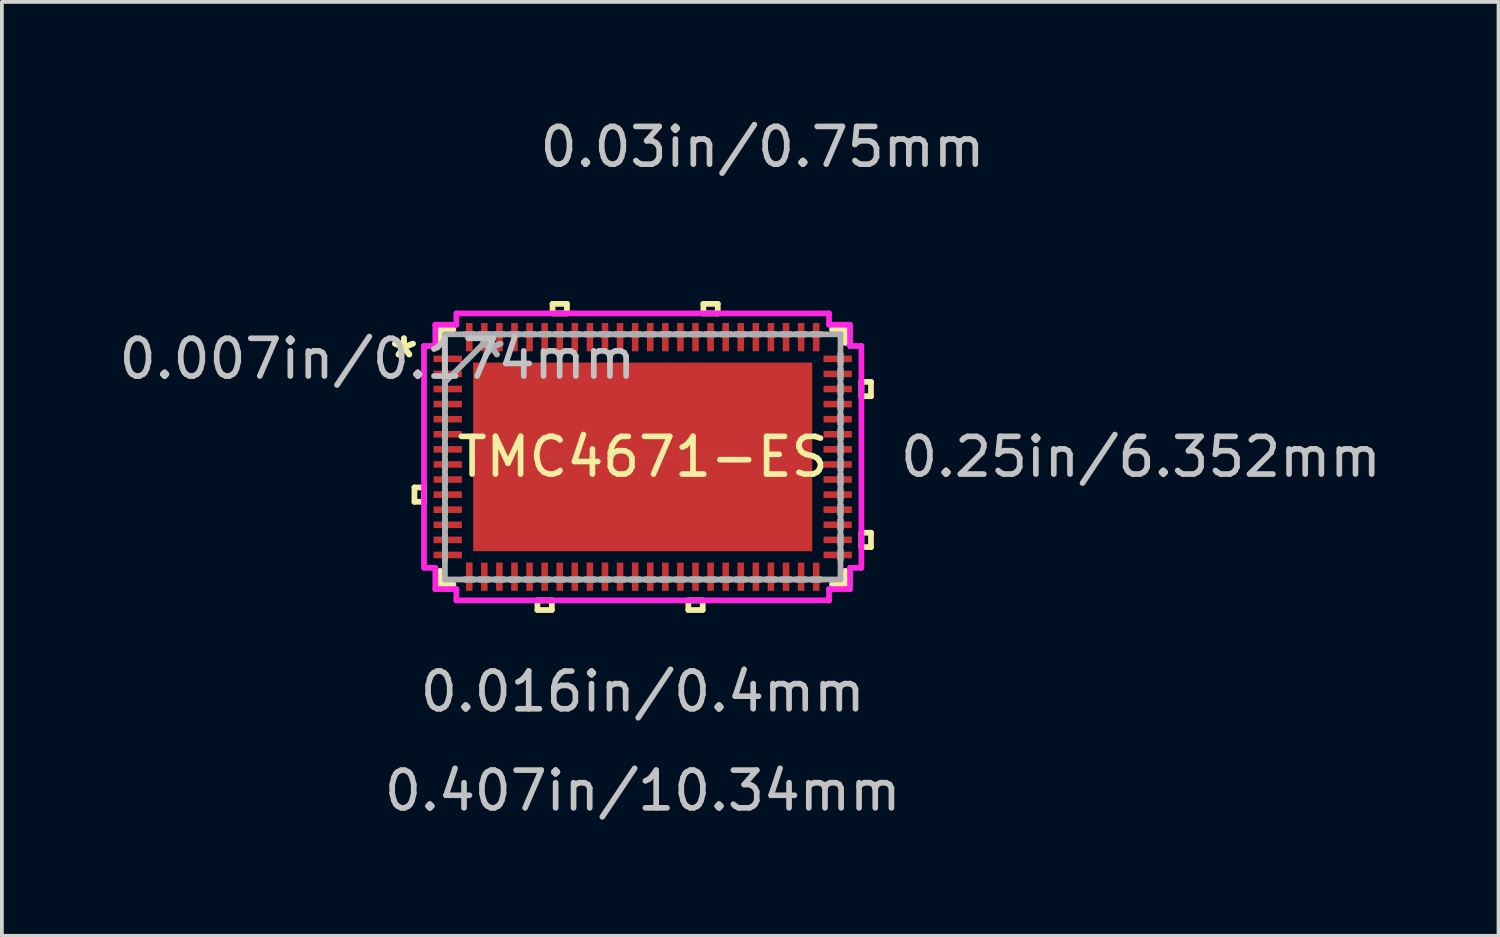
<source format=kicad_pcb>
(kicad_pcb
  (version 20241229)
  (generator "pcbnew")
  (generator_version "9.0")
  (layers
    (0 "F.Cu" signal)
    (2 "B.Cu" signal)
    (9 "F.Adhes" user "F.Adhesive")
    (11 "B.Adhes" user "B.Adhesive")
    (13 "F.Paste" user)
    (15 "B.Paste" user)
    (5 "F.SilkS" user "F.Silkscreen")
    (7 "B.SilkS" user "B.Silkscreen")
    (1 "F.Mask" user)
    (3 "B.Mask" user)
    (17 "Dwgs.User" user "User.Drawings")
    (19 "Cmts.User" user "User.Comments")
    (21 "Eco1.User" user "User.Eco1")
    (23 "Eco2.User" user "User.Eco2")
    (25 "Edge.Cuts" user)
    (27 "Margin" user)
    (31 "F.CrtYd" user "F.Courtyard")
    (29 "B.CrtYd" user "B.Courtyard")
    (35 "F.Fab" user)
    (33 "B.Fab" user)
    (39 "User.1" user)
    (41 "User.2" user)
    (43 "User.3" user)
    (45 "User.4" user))
  (footprint "TMC4671-ES"
    (layer "F.Cu")
    (at 13.993 9.066)
    (property "Reference" "TMC4671-ES" (at 0 0 0) (layer "F.SilkS") (effects (font (size 1 1) (thickness 0.15))))
    (attr through_hole)
    (fp_line (start -6.053 0.81) (end -6.053 1.191) (stroke (width 0.152) (type solid)) (layer "F.SilkS"))
    (fp_line (start -6.053 1.191) (end -5.799 1.191) (stroke (width 0.152) (type solid)) (layer "F.SilkS"))
    (fp_line (start -5.799 0.81) (end -6.053 0.81) (stroke (width 0.152) (type solid)) (layer "F.SilkS"))
    (fp_line (start -5.799 1.191) (end -5.799 0.81) (stroke (width 0.152) (type solid)) (layer "F.SilkS"))
    (fp_line (start -5.372 -3.378) (end -5.372 -3.02) (stroke (width 0.152) (type solid)) (layer "F.SilkS"))
    (fp_line (start -5.372 3.02) (end -5.372 3.378) (stroke (width 0.152) (type solid)) (layer "F.SilkS"))
    (fp_line (start -5.372 3.378) (end -5.02 3.378) (stroke (width 0.152) (type solid)) (layer "F.SilkS"))
    (fp_line (start -5.02 -3.378) (end -5.372 -3.378) (stroke (width 0.152) (type solid)) (layer "F.SilkS"))
    (fp_line (start -2.791 3.805) (end -2.791 4.059) (stroke (width 0.152) (type solid)) (layer "F.SilkS"))
    (fp_line (start -2.791 4.059) (end -2.409 4.059) (stroke (width 0.152) (type solid)) (layer "F.SilkS"))
    (fp_line (start -2.409 3.805) (end -2.791 3.805) (stroke (width 0.152) (type solid)) (layer "F.SilkS"))
    (fp_line (start -2.409 4.059) (end -2.409 3.805) (stroke (width 0.152) (type solid)) (layer "F.SilkS"))
    (fp_line (start -2.391 -4.059) (end -2.01 -4.059) (stroke (width 0.152) (type solid)) (layer "F.SilkS"))
    (fp_line (start -2.391 -3.805) (end -2.391 -4.059) (stroke (width 0.152) (type solid)) (layer "F.SilkS"))
    (fp_line (start -2.01 -4.059) (end -2.01 -3.805) (stroke (width 0.152) (type solid)) (layer "F.SilkS"))
    (fp_line (start -2.01 -3.805) (end -2.391 -3.805) (stroke (width 0.152) (type solid)) (layer "F.SilkS"))
    (fp_line (start 1.21 3.805) (end 1.21 4.059) (stroke (width 0.152) (type solid)) (layer "F.SilkS"))
    (fp_line (start 1.21 4.059) (end 1.591 4.059) (stroke (width 0.152) (type solid)) (layer "F.SilkS"))
    (fp_line (start 1.591 3.805) (end 1.21 3.805) (stroke (width 0.152) (type solid)) (layer "F.SilkS"))
    (fp_line (start 1.591 4.059) (end 1.591 3.805) (stroke (width 0.152) (type solid)) (layer "F.SilkS"))
    (fp_line (start 1.609 -4.059) (end 1.99 -4.059) (stroke (width 0.152) (type solid)) (layer "F.SilkS"))
    (fp_line (start 1.609 -3.805) (end 1.609 -4.059) (stroke (width 0.152) (type solid)) (layer "F.SilkS"))
    (fp_line (start 1.99 -4.059) (end 1.99 -3.805) (stroke (width 0.152) (type solid)) (layer "F.SilkS"))
    (fp_line (start 1.99 -3.805) (end 1.609 -3.805) (stroke (width 0.152) (type solid)) (layer "F.SilkS"))
    (fp_line (start 5.02 3.378) (end 5.372 3.378) (stroke (width 0.152) (type solid)) (layer "F.SilkS"))
    (fp_line (start 5.372 -3.378) (end 5.02 -3.378) (stroke (width 0.152) (type solid)) (layer "F.SilkS"))
    (fp_line (start 5.372 -3.02) (end 5.372 -3.378) (stroke (width 0.152) (type solid)) (layer "F.SilkS"))
    (fp_line (start 5.372 3.378) (end 5.372 3.02) (stroke (width 0.152) (type solid)) (layer "F.SilkS"))
    (fp_line (start 5.799 -1.99) (end 6.053 -1.99) (stroke (width 0.152) (type solid)) (layer "F.SilkS"))
    (fp_line (start 5.799 -1.609) (end 5.799 -1.99) (stroke (width 0.152) (type solid)) (layer "F.SilkS"))
    (fp_line (start 5.799 2.01) (end 6.053 2.01) (stroke (width 0.152) (type solid)) (layer "F.SilkS"))
    (fp_line (start 5.799 2.391) (end 5.799 2.01) (stroke (width 0.152) (type solid)) (layer "F.SilkS"))
    (fp_line (start 6.053 -1.99) (end 6.053 -1.609) (stroke (width 0.152) (type solid)) (layer "F.SilkS"))
    (fp_line (start 6.053 -1.609) (end 5.799 -1.609) (stroke (width 0.152) (type solid)) (layer "F.SilkS"))
    (fp_line (start 6.053 2.01) (end 6.053 2.391) (stroke (width 0.152) (type solid)) (layer "F.SilkS"))
    (fp_line (start 6.053 2.391) (end 5.799 2.391) (stroke (width 0.152) (type solid)) (layer "F.SilkS"))
    (fp_line (start -5.799 -2.941) (end -5.499 -2.941) (stroke (width 0.152) (type solid)) (layer "F.CrtYd"))
    (fp_line (start -5.799 2.941) (end -5.799 -2.941) (stroke (width 0.152) (type solid)) (layer "F.CrtYd"))
    (fp_line (start -5.499 -3.505) (end -4.941 -3.505) (stroke (width 0.152) (type solid)) (layer "F.CrtYd"))
    (fp_line (start -5.499 -2.941) (end -5.499 -3.505) (stroke (width 0.152) (type solid)) (layer "F.CrtYd"))
    (fp_line (start -5.499 2.941) (end -5.799 2.941) (stroke (width 0.152) (type solid)) (layer "F.CrtYd"))
    (fp_line (start -5.499 3.505) (end -5.499 2.941) (stroke (width 0.152) (type solid)) (layer "F.CrtYd"))
    (fp_line (start -4.941 -3.805) (end 4.941 -3.805) (stroke (width 0.152) (type solid)) (layer "F.CrtYd"))
    (fp_line (start -4.941 -3.505) (end -4.941 -3.805) (stroke (width 0.152) (type solid)) (layer "F.CrtYd"))
    (fp_line (start -4.941 3.505) (end -5.499 3.505) (stroke (width 0.152) (type solid)) (layer "F.CrtYd"))
    (fp_line (start -4.941 3.805) (end -4.941 3.505) (stroke (width 0.152) (type solid)) (layer "F.CrtYd"))
    (fp_line (start 4.941 -3.805) (end 4.941 -3.505) (stroke (width 0.152) (type solid)) (layer "F.CrtYd"))
    (fp_line (start 4.941 -3.505) (end 5.499 -3.505) (stroke (width 0.152) (type solid)) (layer "F.CrtYd"))
    (fp_line (start 4.941 3.505) (end 4.941 3.805) (stroke (width 0.152) (type solid)) (layer "F.CrtYd"))
    (fp_line (start 4.941 3.805) (end -4.941 3.805) (stroke (width 0.152) (type solid)) (layer "F.CrtYd"))
    (fp_line (start 5.499 -3.505) (end 5.499 -2.941) (stroke (width 0.152) (type solid)) (layer "F.CrtYd"))
    (fp_line (start 5.499 -2.941) (end 5.799 -2.941) (stroke (width 0.152) (type solid)) (layer "F.CrtYd"))
    (fp_line (start 5.499 2.941) (end 5.499 3.505) (stroke (width 0.152) (type solid)) (layer "F.CrtYd"))
    (fp_line (start 5.499 3.505) (end 4.941 3.505) (stroke (width 0.152) (type solid)) (layer "F.CrtYd"))
    (fp_line (start 5.799 -2.941) (end 5.799 2.941) (stroke (width 0.152) (type solid)) (layer "F.CrtYd"))
    (fp_line (start 5.799 2.941) (end 5.499 2.941) (stroke (width 0.152) (type solid)) (layer "F.CrtYd"))
    (fp_line (start -5.245 -3.251) (end -5.245 3.251) (stroke (width 0.152) (type solid)) (layer "F.Fab"))
    (fp_line (start -5.245 -2.727) (end -5.245 -2.727) (stroke (width 0.152) (type solid)) (layer "F.Fab"))
    (fp_line (start -5.245 -2.727) (end -5.245 -2.473) (stroke (width 0.152) (type solid)) (layer "F.Fab"))
    (fp_line (start -5.245 -2.473) (end -5.245 -2.727) (stroke (width 0.152) (type solid)) (layer "F.Fab"))
    (fp_line (start -5.245 -2.473) (end -5.245 -2.473) (stroke (width 0.152) (type solid)) (layer "F.Fab"))
    (fp_line (start -5.245 -2.327) (end -5.245 -2.327) (stroke (width 0.152) (type solid)) (layer "F.Fab"))
    (fp_line (start -5.245 -2.327) (end -5.245 -2.073) (stroke (width 0.152) (type solid)) (layer "F.Fab"))
    (fp_line (start -5.245 -2.073) (end -5.245 -2.327) (stroke (width 0.152) (type solid)) (layer "F.Fab"))
    (fp_line (start -5.245 -2.073) (end -5.245 -2.073) (stroke (width 0.152) (type solid)) (layer "F.Fab"))
    (fp_line (start -5.245 -1.981) (end -3.975 -3.251) (stroke (width 0.152) (type solid)) (layer "F.Fab"))
    (fp_line (start -5.245 -1.927) (end -5.245 -1.927) (stroke (width 0.152) (type solid)) (layer "F.Fab"))
    (fp_line (start -5.245 -1.927) (end -5.245 -1.673) (stroke (width 0.152) (type solid)) (layer "F.Fab"))
    (fp_line (start -5.245 -1.673) (end -5.245 -1.927) (stroke (width 0.152) (type solid)) (layer "F.Fab"))
    (fp_line (start -5.245 -1.673) (end -5.245 -1.673) (stroke (width 0.152) (type solid)) (layer "F.Fab"))
    (fp_line (start -5.245 -1.527) (end -5.245 -1.527) (stroke (width 0.152) (type solid)) (layer "F.Fab"))
    (fp_line (start -5.245 -1.527) (end -5.245 -1.273) (stroke (width 0.152) (type solid)) (layer "F.Fab"))
    (fp_line (start -5.245 -1.273) (end -5.245 -1.527) (stroke (width 0.152) (type solid)) (layer "F.Fab"))
    (fp_line (start -5.245 -1.273) (end -5.245 -1.273) (stroke (width 0.152) (type solid)) (layer "F.Fab"))
    (fp_line (start -5.245 -1.127) (end -5.245 -1.127) (stroke (width 0.152) (type solid)) (layer "F.Fab"))
    (fp_line (start -5.245 -1.127) (end -5.245 -0.873) (stroke (width 0.152) (type solid)) (layer "F.Fab"))
    (fp_line (start -5.245 -0.873) (end -5.245 -1.127) (stroke (width 0.152) (type solid)) (layer "F.Fab"))
    (fp_line (start -5.245 -0.873) (end -5.245 -0.873) (stroke (width 0.152) (type solid)) (layer "F.Fab"))
    (fp_line (start -5.245 -0.727) (end -5.245 -0.727) (stroke (width 0.152) (type solid)) (layer "F.Fab"))
    (fp_line (start -5.245 -0.727) (end -5.245 -0.473) (stroke (width 0.152) (type solid)) (layer "F.Fab"))
    (fp_line (start -5.245 -0.473) (end -5.245 -0.727) (stroke (width 0.152) (type solid)) (layer "F.Fab"))
    (fp_line (start -5.245 -0.473) (end -5.245 -0.473) (stroke (width 0.152) (type solid)) (layer "F.Fab"))
    (fp_line (start -5.245 -0.327) (end -5.245 -0.327) (stroke (width 0.152) (type solid)) (layer "F.Fab"))
    (fp_line (start -5.245 -0.327) (end -5.245 -0.073) (stroke (width 0.152) (type solid)) (layer "F.Fab"))
    (fp_line (start -5.245 -0.073) (end -5.245 -0.327) (stroke (width 0.152) (type solid)) (layer "F.Fab"))
    (fp_line (start -5.245 -0.073) (end -5.245 -0.073) (stroke (width 0.152) (type solid)) (layer "F.Fab"))
    (fp_line (start -5.245 0.073) (end -5.245 0.073) (stroke (width 0.152) (type solid)) (layer "F.Fab"))
    (fp_line (start -5.245 0.073) (end -5.245 0.327) (stroke (width 0.152) (type solid)) (layer "F.Fab"))
    (fp_line (start -5.245 0.327) (end -5.245 0.073) (stroke (width 0.152) (type solid)) (layer "F.Fab"))
    (fp_line (start -5.245 0.327) (end -5.245 0.327) (stroke (width 0.152) (type solid)) (layer "F.Fab"))
    (fp_line (start -5.245 0.473) (end -5.245 0.473) (stroke (width 0.152) (type solid)) (layer "F.Fab"))
    (fp_line (start -5.245 0.473) (end -5.245 0.727) (stroke (width 0.152) (type solid)) (layer "F.Fab"))
    (fp_line (start -5.245 0.727) (end -5.245 0.473) (stroke (width 0.152) (type solid)) (layer "F.Fab"))
    (fp_line (start -5.245 0.727) (end -5.245 0.727) (stroke (width 0.152) (type solid)) (layer "F.Fab"))
    (fp_line (start -5.245 0.873) (end -5.245 0.873) (stroke (width 0.152) (type solid)) (layer "F.Fab"))
    (fp_line (start -5.245 0.873) (end -5.245 1.127) (stroke (width 0.152) (type solid)) (layer "F.Fab"))
    (fp_line (start -5.245 1.127) (end -5.245 0.873) (stroke (width 0.152) (type solid)) (layer "F.Fab"))
    (fp_line (start -5.245 1.127) (end -5.245 1.127) (stroke (width 0.152) (type solid)) (layer "F.Fab"))
    (fp_line (start -5.245 1.273) (end -5.245 1.273) (stroke (width 0.152) (type solid)) (layer "F.Fab"))
    (fp_line (start -5.245 1.273) (end -5.245 1.527) (stroke (width 0.152) (type solid)) (layer "F.Fab"))
    (fp_line (start -5.245 1.527) (end -5.245 1.273) (stroke (width 0.152) (type solid)) (layer "F.Fab"))
    (fp_line (start -5.245 1.527) (end -5.245 1.527) (stroke (width 0.152) (type solid)) (layer "F.Fab"))
    (fp_line (start -5.245 1.673) (end -5.245 1.673) (stroke (width 0.152) (type solid)) (layer "F.Fab"))
    (fp_line (start -5.245 1.673) (end -5.245 1.927) (stroke (width 0.152) (type solid)) (layer "F.Fab"))
    (fp_line (start -5.245 1.927) (end -5.245 1.673) (stroke (width 0.152) (type solid)) (layer "F.Fab"))
    (fp_line (start -5.245 1.927) (end -5.245 1.927) (stroke (width 0.152) (type solid)) (layer "F.Fab"))
    (fp_line (start -5.245 2.073) (end -5.245 2.073) (stroke (width 0.152) (type solid)) (layer "F.Fab"))
    (fp_line (start -5.245 2.073) (end -5.245 2.327) (stroke (width 0.152) (type solid)) (layer "F.Fab"))
    (fp_line (start -5.245 2.327) (end -5.245 2.073) (stroke (width 0.152) (type solid)) (layer "F.Fab"))
    (fp_line (start -5.245 2.327) (end -5.245 2.327) (stroke (width 0.152) (type solid)) (layer "F.Fab"))
    (fp_line (start -5.245 2.473) (end -5.245 2.473) (stroke (width 0.152) (type solid)) (layer "F.Fab"))
    (fp_line (start -5.245 2.473) (end -5.245 2.727) (stroke (width 0.152) (type solid)) (layer "F.Fab"))
    (fp_line (start -5.245 2.727) (end -5.245 2.473) (stroke (width 0.152) (type solid)) (layer "F.Fab"))
    (fp_line (start -5.245 2.727) (end -5.245 2.727) (stroke (width 0.152) (type solid)) (layer "F.Fab"))
    (fp_line (start -5.245 3.251) (end 5.245 3.251) (stroke (width 0.152) (type solid)) (layer "F.Fab"))
    (fp_line (start -4.727 -3.251) (end -4.727 -3.251) (stroke (width 0.152) (type solid)) (layer "F.Fab"))
    (fp_line (start -4.727 -3.251) (end -4.473 -3.251) (stroke (width 0.152) (type solid)) (layer "F.Fab"))
    (fp_line (start -4.727 3.251) (end -4.727 3.251) (stroke (width 0.152) (type solid)) (layer "F.Fab"))
    (fp_line (start -4.727 3.251) (end -4.473 3.251) (stroke (width 0.152) (type solid)) (layer "F.Fab"))
    (fp_line (start -4.473 -3.251) (end -4.727 -3.251) (stroke (width 0.152) (type solid)) (layer "F.Fab"))
    (fp_line (start -4.473 -3.251) (end -4.473 -3.251) (stroke (width 0.152) (type solid)) (layer "F.Fab"))
    (fp_line (start -4.473 3.251) (end -4.727 3.251) (stroke (width 0.152) (type solid)) (layer "F.Fab"))
    (fp_line (start -4.473 3.251) (end -4.473 3.251) (stroke (width 0.152) (type solid)) (layer "F.Fab"))
    (fp_line (start -4.327 -3.251) (end -4.327 -3.251) (stroke (width 0.152) (type solid)) (layer "F.Fab"))
    (fp_line (start -4.327 -3.251) (end -4.073 -3.251) (stroke (width 0.152) (type solid)) (layer "F.Fab"))
    (fp_line (start -4.327 3.251) (end -4.327 3.251) (stroke (width 0.152) (type solid)) (layer "F.Fab"))
    (fp_line (start -4.327 3.251) (end -4.073 3.251) (stroke (width 0.152) (type solid)) (layer "F.Fab"))
    (fp_line (start -4.073 -3.251) (end -4.327 -3.251) (stroke (width 0.152) (type solid)) (layer "F.Fab"))
    (fp_line (start -4.073 -3.251) (end -4.073 -3.251) (stroke (width 0.152) (type solid)) (layer "F.Fab"))
    (fp_line (start -4.073 3.251) (end -4.327 3.251) (stroke (width 0.152) (type solid)) (layer "F.Fab"))
    (fp_line (start -4.073 3.251) (end -4.073 3.251) (stroke (width 0.152) (type solid)) (layer "F.Fab"))
    (fp_line (start -3.927 -3.251) (end -3.927 -3.251) (stroke (width 0.152) (type solid)) (layer "F.Fab"))
    (fp_line (start -3.927 -3.251) (end -3.673 -3.251) (stroke (width 0.152) (type solid)) (layer "F.Fab"))
    (fp_line (start -3.927 3.251) (end -3.927 3.251) (stroke (width 0.152) (type solid)) (layer "F.Fab"))
    (fp_line (start -3.927 3.251) (end -3.673 3.251) (stroke (width 0.152) (type solid)) (layer "F.Fab"))
    (fp_line (start -3.673 -3.251) (end -3.927 -3.251) (stroke (width 0.152) (type solid)) (layer "F.Fab"))
    (fp_line (start -3.673 -3.251) (end -3.673 -3.251) (stroke (width 0.152) (type solid)) (layer "F.Fab"))
    (fp_line (start -3.673 3.251) (end -3.927 3.251) (stroke (width 0.152) (type solid)) (layer "F.Fab"))
    (fp_line (start -3.673 3.251) (end -3.673 3.251) (stroke (width 0.152) (type solid)) (layer "F.Fab"))
    (fp_line (start -3.527 -3.251) (end -3.527 -3.251) (stroke (width 0.152) (type solid)) (layer "F.Fab"))
    (fp_line (start -3.527 -3.251) (end -3.273 -3.251) (stroke (width 0.152) (type solid)) (layer "F.Fab"))
    (fp_line (start -3.527 3.251) (end -3.527 3.251) (stroke (width 0.152) (type solid)) (layer "F.Fab"))
    (fp_line (start -3.527 3.251) (end -3.273 3.251) (stroke (width 0.152) (type solid)) (layer "F.Fab"))
    (fp_line (start -3.273 -3.251) (end -3.527 -3.251) (stroke (width 0.152) (type solid)) (layer "F.Fab"))
    (fp_line (start -3.273 -3.251) (end -3.273 -3.251) (stroke (width 0.152) (type solid)) (layer "F.Fab"))
    (fp_line (start -3.273 3.251) (end -3.527 3.251) (stroke (width 0.152) (type solid)) (layer "F.Fab"))
    (fp_line (start -3.273 3.251) (end -3.273 3.251) (stroke (width 0.152) (type solid)) (layer "F.Fab"))
    (fp_line (start -3.127 -3.251) (end -3.127 -3.251) (stroke (width 0.152) (type solid)) (layer "F.Fab"))
    (fp_line (start -3.127 -3.251) (end -2.873 -3.251) (stroke (width 0.152) (type solid)) (layer "F.Fab"))
    (fp_line (start -3.127 3.251) (end -3.127 3.251) (stroke (width 0.152) (type solid)) (layer "F.Fab"))
    (fp_line (start -3.127 3.251) (end -2.873 3.251) (stroke (width 0.152) (type solid)) (layer "F.Fab"))
    (fp_line (start -2.873 -3.251) (end -3.127 -3.251) (stroke (width 0.152) (type solid)) (layer "F.Fab"))
    (fp_line (start -2.873 -3.251) (end -2.873 -3.251) (stroke (width 0.152) (type solid)) (layer "F.Fab"))
    (fp_line (start -2.873 3.251) (end -3.127 3.251) (stroke (width 0.152) (type solid)) (layer "F.Fab"))
    (fp_line (start -2.873 3.251) (end -2.873 3.251) (stroke (width 0.152) (type solid)) (layer "F.Fab"))
    (fp_line (start -2.727 -3.251) (end -2.727 -3.251) (stroke (width 0.152) (type solid)) (layer "F.Fab"))
    (fp_line (start -2.727 -3.251) (end -2.473 -3.251) (stroke (width 0.152) (type solid)) (layer "F.Fab"))
    (fp_line (start -2.727 3.251) (end -2.727 3.251) (stroke (width 0.152) (type solid)) (layer "F.Fab"))
    (fp_line (start -2.727 3.251) (end -2.473 3.251) (stroke (width 0.152) (type solid)) (layer "F.Fab"))
    (fp_line (start -2.473 -3.251) (end -2.727 -3.251) (stroke (width 0.152) (type solid)) (layer "F.Fab"))
    (fp_line (start -2.473 -3.251) (end -2.473 -3.251) (stroke (width 0.152) (type solid)) (layer "F.Fab"))
    (fp_line (start -2.473 3.251) (end -2.727 3.251) (stroke (width 0.152) (type solid)) (layer "F.Fab"))
    (fp_line (start -2.473 3.251) (end -2.473 3.251) (stroke (width 0.152) (type solid)) (layer "F.Fab"))
    (fp_line (start -2.327 -3.251) (end -2.327 -3.251) (stroke (width 0.152) (type solid)) (layer "F.Fab"))
    (fp_line (start -2.327 -3.251) (end -2.073 -3.251) (stroke (width 0.152) (type solid)) (layer "F.Fab"))
    (fp_line (start -2.327 3.251) (end -2.327 3.251) (stroke (width 0.152) (type solid)) (layer "F.Fab"))
    (fp_line (start -2.327 3.251) (end -2.073 3.251) (stroke (width 0.152) (type solid)) (layer "F.Fab"))
    (fp_line (start -2.073 -3.251) (end -2.327 -3.251) (stroke (width 0.152) (type solid)) (layer "F.Fab"))
    (fp_line (start -2.073 -3.251) (end -2.073 -3.251) (stroke (width 0.152) (type solid)) (layer "F.Fab"))
    (fp_line (start -2.073 3.251) (end -2.327 3.251) (stroke (width 0.152) (type solid)) (layer "F.Fab"))
    (fp_line (start -2.073 3.251) (end -2.073 3.251) (stroke (width 0.152) (type solid)) (layer "F.Fab"))
    (fp_line (start -1.927 -3.251) (end -1.927 -3.251) (stroke (width 0.152) (type solid)) (layer "F.Fab"))
    (fp_line (start -1.927 -3.251) (end -1.673 -3.251) (stroke (width 0.152) (type solid)) (layer "F.Fab"))
    (fp_line (start -1.927 3.251) (end -1.927 3.251) (stroke (width 0.152) (type solid)) (layer "F.Fab"))
    (fp_line (start -1.927 3.251) (end -1.673 3.251) (stroke (width 0.152) (type solid)) (layer "F.Fab"))
    (fp_line (start -1.673 -3.251) (end -1.927 -3.251) (stroke (width 0.152) (type solid)) (layer "F.Fab"))
    (fp_line (start -1.673 -3.251) (end -1.673 -3.251) (stroke (width 0.152) (type solid)) (layer "F.Fab"))
    (fp_line (start -1.673 3.251) (end -1.927 3.251) (stroke (width 0.152) (type solid)) (layer "F.Fab"))
    (fp_line (start -1.673 3.251) (end -1.673 3.251) (stroke (width 0.152) (type solid)) (layer "F.Fab"))
    (fp_line (start -1.527 -3.251) (end -1.527 -3.251) (stroke (width 0.152) (type solid)) (layer "F.Fab"))
    (fp_line (start -1.527 -3.251) (end -1.273 -3.251) (stroke (width 0.152) (type solid)) (layer "F.Fab"))
    (fp_line (start -1.527 3.251) (end -1.527 3.251) (stroke (width 0.152) (type solid)) (layer "F.Fab"))
    (fp_line (start -1.527 3.251) (end -1.273 3.251) (stroke (width 0.152) (type solid)) (layer "F.Fab"))
    (fp_line (start -1.273 -3.251) (end -1.527 -3.251) (stroke (width 0.152) (type solid)) (layer "F.Fab"))
    (fp_line (start -1.273 -3.251) (end -1.273 -3.251) (stroke (width 0.152) (type solid)) (layer "F.Fab"))
    (fp_line (start -1.273 3.251) (end -1.527 3.251) (stroke (width 0.152) (type solid)) (layer "F.Fab"))
    (fp_line (start -1.273 3.251) (end -1.273 3.251) (stroke (width 0.152) (type solid)) (layer "F.Fab"))
    (fp_line (start -1.127 -3.251) (end -1.127 -3.251) (stroke (width 0.152) (type solid)) (layer "F.Fab"))
    (fp_line (start -1.127 -3.251) (end -0.873 -3.251) (stroke (width 0.152) (type solid)) (layer "F.Fab"))
    (fp_line (start -1.127 3.251) (end -1.127 3.251) (stroke (width 0.152) (type solid)) (layer "F.Fab"))
    (fp_line (start -1.127 3.251) (end -0.873 3.251) (stroke (width 0.152) (type solid)) (layer "F.Fab"))
    (fp_line (start -0.873 -3.251) (end -1.127 -3.251) (stroke (width 0.152) (type solid)) (layer "F.Fab"))
    (fp_line (start -0.873 -3.251) (end -0.873 -3.251) (stroke (width 0.152) (type solid)) (layer "F.Fab"))
    (fp_line (start -0.873 3.251) (end -1.127 3.251) (stroke (width 0.152) (type solid)) (layer "F.Fab"))
    (fp_line (start -0.873 3.251) (end -0.873 3.251) (stroke (width 0.152) (type solid)) (layer "F.Fab"))
    (fp_line (start -0.727 -3.251) (end -0.727 -3.251) (stroke (width 0.152) (type solid)) (layer "F.Fab"))
    (fp_line (start -0.727 -3.251) (end -0.473 -3.251) (stroke (width 0.152) (type solid)) (layer "F.Fab"))
    (fp_line (start -0.727 3.251) (end -0.727 3.251) (stroke (width 0.152) (type solid)) (layer "F.Fab"))
    (fp_line (start -0.727 3.251) (end -0.473 3.251) (stroke (width 0.152) (type solid)) (layer "F.Fab"))
    (fp_line (start -0.473 -3.251) (end -0.727 -3.251) (stroke (width 0.152) (type solid)) (layer "F.Fab"))
    (fp_line (start -0.473 -3.251) (end -0.473 -3.251) (stroke (width 0.152) (type solid)) (layer "F.Fab"))
    (fp_line (start -0.473 3.251) (end -0.727 3.251) (stroke (width 0.152) (type solid)) (layer "F.Fab"))
    (fp_line (start -0.473 3.251) (end -0.473 3.251) (stroke (width 0.152) (type solid)) (layer "F.Fab"))
    (fp_line (start -0.327 -3.251) (end -0.327 -3.251) (stroke (width 0.152) (type solid)) (layer "F.Fab"))
    (fp_line (start -0.327 -3.251) (end -0.073 -3.251) (stroke (width 0.152) (type solid)) (layer "F.Fab"))
    (fp_line (start -0.327 3.251) (end -0.327 3.251) (stroke (width 0.152) (type solid)) (layer "F.Fab"))
    (fp_line (start -0.327 3.251) (end -0.073 3.251) (stroke (width 0.152) (type solid)) (layer "F.Fab"))
    (fp_line (start -0.073 -3.251) (end -0.327 -3.251) (stroke (width 0.152) (type solid)) (layer "F.Fab"))
    (fp_line (start -0.073 -3.251) (end -0.073 -3.251) (stroke (width 0.152) (type solid)) (layer "F.Fab"))
    (fp_line (start -0.073 3.251) (end -0.327 3.251) (stroke (width 0.152) (type solid)) (layer "F.Fab"))
    (fp_line (start -0.073 3.251) (end -0.073 3.251) (stroke (width 0.152) (type solid)) (layer "F.Fab"))
    (fp_line (start 0.073 -3.251) (end 0.073 -3.251) (stroke (width 0.152) (type solid)) (layer "F.Fab"))
    (fp_line (start 0.073 -3.251) (end 0.327 -3.251) (stroke (width 0.152) (type solid)) (layer "F.Fab"))
    (fp_line (start 0.073 3.251) (end 0.073 3.251) (stroke (width 0.152) (type solid)) (layer "F.Fab"))
    (fp_line (start 0.073 3.251) (end 0.327 3.251) (stroke (width 0.152) (type solid)) (layer "F.Fab"))
    (fp_line (start 0.327 -3.251) (end 0.073 -3.251) (stroke (width 0.152) (type solid)) (layer "F.Fab"))
    (fp_line (start 0.327 -3.251) (end 0.327 -3.251) (stroke (width 0.152) (type solid)) (layer "F.Fab"))
    (fp_line (start 0.327 3.251) (end 0.073 3.251) (stroke (width 0.152) (type solid)) (layer "F.Fab"))
    (fp_line (start 0.327 3.251) (end 0.327 3.251) (stroke (width 0.152) (type solid)) (layer "F.Fab"))
    (fp_line (start 0.473 -3.251) (end 0.473 -3.251) (stroke (width 0.152) (type solid)) (layer "F.Fab"))
    (fp_line (start 0.473 -3.251) (end 0.727 -3.251) (stroke (width 0.152) (type solid)) (layer "F.Fab"))
    (fp_line (start 0.473 3.251) (end 0.473 3.251) (stroke (width 0.152) (type solid)) (layer "F.Fab"))
    (fp_line (start 0.473 3.251) (end 0.727 3.251) (stroke (width 0.152) (type solid)) (layer "F.Fab"))
    (fp_line (start 0.727 -3.251) (end 0.473 -3.251) (stroke (width 0.152) (type solid)) (layer "F.Fab"))
    (fp_line (start 0.727 -3.251) (end 0.727 -3.251) (stroke (width 0.152) (type solid)) (layer "F.Fab"))
    (fp_line (start 0.727 3.251) (end 0.473 3.251) (stroke (width 0.152) (type solid)) (layer "F.Fab"))
    (fp_line (start 0.727 3.251) (end 0.727 3.251) (stroke (width 0.152) (type solid)) (layer "F.Fab"))
    (fp_line (start 0.873 -3.251) (end 0.873 -3.251) (stroke (width 0.152) (type solid)) (layer "F.Fab"))
    (fp_line (start 0.873 -3.251) (end 1.127 -3.251) (stroke (width 0.152) (type solid)) (layer "F.Fab"))
    (fp_line (start 0.873 3.251) (end 0.873 3.251) (stroke (width 0.152) (type solid)) (layer "F.Fab"))
    (fp_line (start 0.873 3.251) (end 1.127 3.251) (stroke (width 0.152) (type solid)) (layer "F.Fab"))
    (fp_line (start 1.127 -3.251) (end 0.873 -3.251) (stroke (width 0.152) (type solid)) (layer "F.Fab"))
    (fp_line (start 1.127 -3.251) (end 1.127 -3.251) (stroke (width 0.152) (type solid)) (layer "F.Fab"))
    (fp_line (start 1.127 3.251) (end 0.873 3.251) (stroke (width 0.152) (type solid)) (layer "F.Fab"))
    (fp_line (start 1.127 3.251) (end 1.127 3.251) (stroke (width 0.152) (type solid)) (layer "F.Fab"))
    (fp_line (start 1.273 -3.251) (end 1.273 -3.251) (stroke (width 0.152) (type solid)) (layer "F.Fab"))
    (fp_line (start 1.273 -3.251) (end 1.527 -3.251) (stroke (width 0.152) (type solid)) (layer "F.Fab"))
    (fp_line (start 1.273 3.251) (end 1.273 3.251) (stroke (width 0.152) (type solid)) (layer "F.Fab"))
    (fp_line (start 1.273 3.251) (end 1.527 3.251) (stroke (width 0.152) (type solid)) (layer "F.Fab"))
    (fp_line (start 1.527 -3.251) (end 1.273 -3.251) (stroke (width 0.152) (type solid)) (layer "F.Fab"))
    (fp_line (start 1.527 -3.251) (end 1.527 -3.251) (stroke (width 0.152) (type solid)) (layer "F.Fab"))
    (fp_line (start 1.527 3.251) (end 1.273 3.251) (stroke (width 0.152) (type solid)) (layer "F.Fab"))
    (fp_line (start 1.527 3.251) (end 1.527 3.251) (stroke (width 0.152) (type solid)) (layer "F.Fab"))
    (fp_line (start 1.673 -3.251) (end 1.673 -3.251) (stroke (width 0.152) (type solid)) (layer "F.Fab"))
    (fp_line (start 1.673 -3.251) (end 1.927 -3.251) (stroke (width 0.152) (type solid)) (layer "F.Fab"))
    (fp_line (start 1.673 3.251) (end 1.673 3.251) (stroke (width 0.152) (type solid)) (layer "F.Fab"))
    (fp_line (start 1.673 3.251) (end 1.927 3.251) (stroke (width 0.152) (type solid)) (layer "F.Fab"))
    (fp_line (start 1.927 -3.251) (end 1.673 -3.251) (stroke (width 0.152) (type solid)) (layer "F.Fab"))
    (fp_line (start 1.927 -3.251) (end 1.927 -3.251) (stroke (width 0.152) (type solid)) (layer "F.Fab"))
    (fp_line (start 1.927 3.251) (end 1.673 3.251) (stroke (width 0.152) (type solid)) (layer "F.Fab"))
    (fp_line (start 1.927 3.251) (end 1.927 3.251) (stroke (width 0.152) (type solid)) (layer "F.Fab"))
    (fp_line (start 2.073 -3.251) (end 2.073 -3.251) (stroke (width 0.152) (type solid)) (layer "F.Fab"))
    (fp_line (start 2.073 -3.251) (end 2.327 -3.251) (stroke (width 0.152) (type solid)) (layer "F.Fab"))
    (fp_line (start 2.073 3.251) (end 2.073 3.251) (stroke (width 0.152) (type solid)) (layer "F.Fab"))
    (fp_line (start 2.073 3.251) (end 2.327 3.251) (stroke (width 0.152) (type solid)) (layer "F.Fab"))
    (fp_line (start 2.327 -3.251) (end 2.073 -3.251) (stroke (width 0.152) (type solid)) (layer "F.Fab"))
    (fp_line (start 2.327 -3.251) (end 2.327 -3.251) (stroke (width 0.152) (type solid)) (layer "F.Fab"))
    (fp_line (start 2.327 3.251) (end 2.073 3.251) (stroke (width 0.152) (type solid)) (layer "F.Fab"))
    (fp_line (start 2.327 3.251) (end 2.327 3.251) (stroke (width 0.152) (type solid)) (layer "F.Fab"))
    (fp_line (start 2.473 -3.251) (end 2.473 -3.251) (stroke (width 0.152) (type solid)) (layer "F.Fab"))
    (fp_line (start 2.473 -3.251) (end 2.727 -3.251) (stroke (width 0.152) (type solid)) (layer "F.Fab"))
    (fp_line (start 2.473 3.251) (end 2.473 3.251) (stroke (width 0.152) (type solid)) (layer "F.Fab"))
    (fp_line (start 2.473 3.251) (end 2.727 3.251) (stroke (width 0.152) (type solid)) (layer "F.Fab"))
    (fp_line (start 2.727 -3.251) (end 2.473 -3.251) (stroke (width 0.152) (type solid)) (layer "F.Fab"))
    (fp_line (start 2.727 -3.251) (end 2.727 -3.251) (stroke (width 0.152) (type solid)) (layer "F.Fab"))
    (fp_line (start 2.727 3.251) (end 2.473 3.251) (stroke (width 0.152) (type solid)) (layer "F.Fab"))
    (fp_line (start 2.727 3.251) (end 2.727 3.251) (stroke (width 0.152) (type solid)) (layer "F.Fab"))
    (fp_line (start 2.873 -3.251) (end 2.873 -3.251) (stroke (width 0.152) (type solid)) (layer "F.Fab"))
    (fp_line (start 2.873 -3.251) (end 3.127 -3.251) (stroke (width 0.152) (type solid)) (layer "F.Fab"))
    (fp_line (start 2.873 3.251) (end 2.873 3.251) (stroke (width 0.152) (type solid)) (layer "F.Fab"))
    (fp_line (start 2.873 3.251) (end 3.127 3.251) (stroke (width 0.152) (type solid)) (layer "F.Fab"))
    (fp_line (start 3.127 -3.251) (end 2.873 -3.251) (stroke (width 0.152) (type solid)) (layer "F.Fab"))
    (fp_line (start 3.127 -3.251) (end 3.127 -3.251) (stroke (width 0.152) (type solid)) (layer "F.Fab"))
    (fp_line (start 3.127 3.251) (end 2.873 3.251) (stroke (width 0.152) (type solid)) (layer "F.Fab"))
    (fp_line (start 3.127 3.251) (end 3.127 3.251) (stroke (width 0.152) (type solid)) (layer "F.Fab"))
    (fp_line (start 3.273 -3.251) (end 3.273 -3.251) (stroke (width 0.152) (type solid)) (layer "F.Fab"))
    (fp_line (start 3.273 -3.251) (end 3.527 -3.251) (stroke (width 0.152) (type solid)) (layer "F.Fab"))
    (fp_line (start 3.273 3.251) (end 3.273 3.251) (stroke (width 0.152) (type solid)) (layer "F.Fab"))
    (fp_line (start 3.273 3.251) (end 3.527 3.251) (stroke (width 0.152) (type solid)) (layer "F.Fab"))
    (fp_line (start 3.527 -3.251) (end 3.273 -3.251) (stroke (width 0.152) (type solid)) (layer "F.Fab"))
    (fp_line (start 3.527 -3.251) (end 3.527 -3.251) (stroke (width 0.152) (type solid)) (layer "F.Fab"))
    (fp_line (start 3.527 3.251) (end 3.273 3.251) (stroke (width 0.152) (type solid)) (layer "F.Fab"))
    (fp_line (start 3.527 3.251) (end 3.527 3.251) (stroke (width 0.152) (type solid)) (layer "F.Fab"))
    (fp_line (start 3.673 -3.251) (end 3.673 -3.251) (stroke (width 0.152) (type solid)) (layer "F.Fab"))
    (fp_line (start 3.673 -3.251) (end 3.927 -3.251) (stroke (width 0.152) (type solid)) (layer "F.Fab"))
    (fp_line (start 3.673 3.251) (end 3.673 3.251) (stroke (width 0.152) (type solid)) (layer "F.Fab"))
    (fp_line (start 3.673 3.251) (end 3.927 3.251) (stroke (width 0.152) (type solid)) (layer "F.Fab"))
    (fp_line (start 3.927 -3.251) (end 3.673 -3.251) (stroke (width 0.152) (type solid)) (layer "F.Fab"))
    (fp_line (start 3.927 -3.251) (end 3.927 -3.251) (stroke (width 0.152) (type solid)) (layer "F.Fab"))
    (fp_line (start 3.927 3.251) (end 3.673 3.251) (stroke (width 0.152) (type solid)) (layer "F.Fab"))
    (fp_line (start 3.927 3.251) (end 3.927 3.251) (stroke (width 0.152) (type solid)) (layer "F.Fab"))
    (fp_line (start 4.073 -3.251) (end 4.073 -3.251) (stroke (width 0.152) (type solid)) (layer "F.Fab"))
    (fp_line (start 4.073 -3.251) (end 4.327 -3.251) (stroke (width 0.152) (type solid)) (layer "F.Fab"))
    (fp_line (start 4.073 3.251) (end 4.073 3.251) (stroke (width 0.152) (type solid)) (layer "F.Fab"))
    (fp_line (start 4.073 3.251) (end 4.327 3.251) (stroke (width 0.152) (type solid)) (layer "F.Fab"))
    (fp_line (start 4.327 -3.251) (end 4.073 -3.251) (stroke (width 0.152) (type solid)) (layer "F.Fab"))
    (fp_line (start 4.327 -3.251) (end 4.327 -3.251) (stroke (width 0.152) (type solid)) (layer "F.Fab"))
    (fp_line (start 4.327 3.251) (end 4.073 3.251) (stroke (width 0.152) (type solid)) (layer "F.Fab"))
    (fp_line (start 4.327 3.251) (end 4.327 3.251) (stroke (width 0.152) (type solid)) (layer "F.Fab"))
    (fp_line (start 4.473 -3.251) (end 4.473 -3.251) (stroke (width 0.152) (type solid)) (layer "F.Fab"))
    (fp_line (start 4.473 -3.251) (end 4.727 -3.251) (stroke (width 0.152) (type solid)) (layer "F.Fab"))
    (fp_line (start 4.473 3.251) (end 4.473 3.251) (stroke (width 0.152) (type solid)) (layer "F.Fab"))
    (fp_line (start 4.473 3.251) (end 4.727 3.251) (stroke (width 0.152) (type solid)) (layer "F.Fab"))
    (fp_line (start 4.727 -3.251) (end 4.473 -3.251) (stroke (width 0.152) (type solid)) (layer "F.Fab"))
    (fp_line (start 4.727 -3.251) (end 4.727 -3.251) (stroke (width 0.152) (type solid)) (layer "F.Fab"))
    (fp_line (start 4.727 3.251) (end 4.473 3.251) (stroke (width 0.152) (type solid)) (layer "F.Fab"))
    (fp_line (start 4.727 3.251) (end 4.727 3.251) (stroke (width 0.152) (type solid)) (layer "F.Fab"))
    (fp_line (start 5.245 -3.251) (end -5.245 -3.251) (stroke (width 0.152) (type solid)) (layer "F.Fab"))
    (fp_line (start 5.245 -2.727) (end 5.245 -2.727) (stroke (width 0.152) (type solid)) (layer "F.Fab"))
    (fp_line (start 5.245 -2.727) (end 5.245 -2.473) (stroke (width 0.152) (type solid)) (layer "F.Fab"))
    (fp_line (start 5.245 -2.473) (end 5.245 -2.727) (stroke (width 0.152) (type solid)) (layer "F.Fab"))
    (fp_line (start 5.245 -2.473) (end 5.245 -2.473) (stroke (width 0.152) (type solid)) (layer "F.Fab"))
    (fp_line (start 5.245 -2.327) (end 5.245 -2.327) (stroke (width 0.152) (type solid)) (layer "F.Fab"))
    (fp_line (start 5.245 -2.327) (end 5.245 -2.073) (stroke (width 0.152) (type solid)) (layer "F.Fab"))
    (fp_line (start 5.245 -2.073) (end 5.245 -2.327) (stroke (width 0.152) (type solid)) (layer "F.Fab"))
    (fp_line (start 5.245 -2.073) (end 5.245 -2.073) (stroke (width 0.152) (type solid)) (layer "F.Fab"))
    (fp_line (start 5.245 -1.927) (end 5.245 -1.927) (stroke (width 0.152) (type solid)) (layer "F.Fab"))
    (fp_line (start 5.245 -1.927) (end 5.245 -1.673) (stroke (width 0.152) (type solid)) (layer "F.Fab"))
    (fp_line (start 5.245 -1.673) (end 5.245 -1.927) (stroke (width 0.152) (type solid)) (layer "F.Fab"))
    (fp_line (start 5.245 -1.673) (end 5.245 -1.673) (stroke (width 0.152) (type solid)) (layer "F.Fab"))
    (fp_line (start 5.245 -1.527) (end 5.245 -1.527) (stroke (width 0.152) (type solid)) (layer "F.Fab"))
    (fp_line (start 5.245 -1.527) (end 5.245 -1.273) (stroke (width 0.152) (type solid)) (layer "F.Fab"))
    (fp_line (start 5.245 -1.273) (end 5.245 -1.527) (stroke (width 0.152) (type solid)) (layer "F.Fab"))
    (fp_line (start 5.245 -1.273) (end 5.245 -1.273) (stroke (width 0.152) (type solid)) (layer "F.Fab"))
    (fp_line (start 5.245 -1.127) (end 5.245 -1.127) (stroke (width 0.152) (type solid)) (layer "F.Fab"))
    (fp_line (start 5.245 -1.127) (end 5.245 -0.873) (stroke (width 0.152) (type solid)) (layer "F.Fab"))
    (fp_line (start 5.245 -0.873) (end 5.245 -1.127) (stroke (width 0.152) (type solid)) (layer "F.Fab"))
    (fp_line (start 5.245 -0.873) (end 5.245 -0.873) (stroke (width 0.152) (type solid)) (layer "F.Fab"))
    (fp_line (start 5.245 -0.727) (end 5.245 -0.727) (stroke (width 0.152) (type solid)) (layer "F.Fab"))
    (fp_line (start 5.245 -0.727) (end 5.245 -0.473) (stroke (width 0.152) (type solid)) (layer "F.Fab"))
    (fp_line (start 5.245 -0.473) (end 5.245 -0.727) (stroke (width 0.152) (type solid)) (layer "F.Fab"))
    (fp_line (start 5.245 -0.473) (end 5.245 -0.473) (stroke (width 0.152) (type solid)) (layer "F.Fab"))
    (fp_line (start 5.245 -0.327) (end 5.245 -0.327) (stroke (width 0.152) (type solid)) (layer "F.Fab"))
    (fp_line (start 5.245 -0.327) (end 5.245 -0.073) (stroke (width 0.152) (type solid)) (layer "F.Fab"))
    (fp_line (start 5.245 -0.073) (end 5.245 -0.327) (stroke (width 0.152) (type solid)) (layer "F.Fab"))
    (fp_line (start 5.245 -0.073) (end 5.245 -0.073) (stroke (width 0.152) (type solid)) (layer "F.Fab"))
    (fp_line (start 5.245 0.073) (end 5.245 0.073) (stroke (width 0.152) (type solid)) (layer "F.Fab"))
    (fp_line (start 5.245 0.073) (end 5.245 0.327) (stroke (width 0.152) (type solid)) (layer "F.Fab"))
    (fp_line (start 5.245 0.327) (end 5.245 0.073) (stroke (width 0.152) (type solid)) (layer "F.Fab"))
    (fp_line (start 5.245 0.327) (end 5.245 0.327) (stroke (width 0.152) (type solid)) (layer "F.Fab"))
    (fp_line (start 5.245 0.473) (end 5.245 0.473) (stroke (width 0.152) (type solid)) (layer "F.Fab"))
    (fp_line (start 5.245 0.473) (end 5.245 0.727) (stroke (width 0.152) (type solid)) (layer "F.Fab"))
    (fp_line (start 5.245 0.727) (end 5.245 0.473) (stroke (width 0.152) (type solid)) (layer "F.Fab"))
    (fp_line (start 5.245 0.727) (end 5.245 0.727) (stroke (width 0.152) (type solid)) (layer "F.Fab"))
    (fp_line (start 5.245 0.873) (end 5.245 0.873) (stroke (width 0.152) (type solid)) (layer "F.Fab"))
    (fp_line (start 5.245 0.873) (end 5.245 1.127) (stroke (width 0.152) (type solid)) (layer "F.Fab"))
    (fp_line (start 5.245 1.127) (end 5.245 0.873) (stroke (width 0.152) (type solid)) (layer "F.Fab"))
    (fp_line (start 5.245 1.127) (end 5.245 1.127) (stroke (width 0.152) (type solid)) (layer "F.Fab"))
    (fp_line (start 5.245 1.273) (end 5.245 1.273) (stroke (width 0.152) (type solid)) (layer "F.Fab"))
    (fp_line (start 5.245 1.273) (end 5.245 1.527) (stroke (width 0.152) (type solid)) (layer "F.Fab"))
    (fp_line (start 5.245 1.527) (end 5.245 1.273) (stroke (width 0.152) (type solid)) (layer "F.Fab"))
    (fp_line (start 5.245 1.527) (end 5.245 1.527) (stroke (width 0.152) (type solid)) (layer "F.Fab"))
    (fp_line (start 5.245 1.673) (end 5.245 1.673) (stroke (width 0.152) (type solid)) (layer "F.Fab"))
    (fp_line (start 5.245 1.673) (end 5.245 1.927) (stroke (width 0.152) (type solid)) (layer "F.Fab"))
    (fp_line (start 5.245 1.927) (end 5.245 1.673) (stroke (width 0.152) (type solid)) (layer "F.Fab"))
    (fp_line (start 5.245 1.927) (end 5.245 1.927) (stroke (width 0.152) (type solid)) (layer "F.Fab"))
    (fp_line (start 5.245 2.073) (end 5.245 2.073) (stroke (width 0.152) (type solid)) (layer "F.Fab"))
    (fp_line (start 5.245 2.073) (end 5.245 2.327) (stroke (width 0.152) (type solid)) (layer "F.Fab"))
    (fp_line (start 5.245 2.327) (end 5.245 2.073) (stroke (width 0.152) (type solid)) (layer "F.Fab"))
    (fp_line (start 5.245 2.327) (end 5.245 2.327) (stroke (width 0.152) (type solid)) (layer "F.Fab"))
    (fp_line (start 5.245 2.473) (end 5.245 2.473) (stroke (width 0.152) (type solid)) (layer "F.Fab"))
    (fp_line (start 5.245 2.473) (end 5.245 2.727) (stroke (width 0.152) (type solid)) (layer "F.Fab"))
    (fp_line (start 5.245 2.727) (end 5.245 2.473) (stroke (width 0.152) (type solid)) (layer "F.Fab"))
    (fp_line (start 5.245 2.727) (end 5.245 2.727) (stroke (width 0.152) (type solid)) (layer "F.Fab"))
    (fp_line (start 5.245 3.251) (end 5.245 -3.251) (stroke (width 0.152) (type solid)) (layer "F.Fab"))
    (fp_text user "*" (at -6.332 -2.6 0) (layer "F.SilkS") (effects (font (size 1 1) (thickness 0.15))))
    (fp_text user "*" (at -6.332 -2.6 0) (layer "F.SilkS") (effects (font (size 1 1) (thickness 0.15))))
    (fp_text user "0.25in/6.352mm" (at 13.211 0 0) (layer "Dwgs.User") (effects (font (size 1 1) (thickness 0.15))))
    (fp_text user "0.407in/10.34mm" (at 0 8.851 0) (layer "Dwgs.User") (effects (font (size 1 1) (thickness 0.15))))
    (fp_text user "0.007in/0.174mm" (at -7.035 -2.6 0) (layer "Dwgs.User") (effects (font (size 1 1) (thickness 0.15))))
    (fp_text user "0.016in/0.4mm" (at 0 6.224 0) (layer "Dwgs.User") (effects (font (size 1 1) (thickness 0.15))))
    (fp_text user "0.03in/0.75mm" (at 3.176 -8.218 0) (layer "Dwgs.User") (effects (font (size 1 1) (thickness 0.15))))
    (fp_text user "Copyright 2016 Accelerated Designs. All rights reserved." (at 0 0 0) (layer "Cmts.User") (effects (font (size 0.127 0.127) (thickness 0.002))))
    (fp_text user "*" (at -4.008 -2.6 0) (layer "F.Fab") (effects (font (size 1 1) (thickness 0.15))))
    (fp_text user "*" (at -4.008 -2.6 0) (layer "F.Fab") (effects (font (size 1 1) (thickness 0.15))))
    (pad "1" smd rect (at -5.17 -2.6 90) (size 0.174 0.75) (layers "F.Cu" "F.Mask" "F.Paste"))
    (pad "2" smd rect (at -5.17 -2.2 90) (size 0.174 0.75) (layers "F.Cu" "F.Mask" "F.Paste"))
    (pad "3" smd rect (at -5.17 -1.8 90) (size 0.174 0.75) (layers "F.Cu" "F.Mask" "F.Paste"))
    (pad "4" smd rect (at -5.17 -1.4 90) (size 0.174 0.75) (layers "F.Cu" "F.Mask" "F.Paste"))
    (pad "5" smd rect (at -5.17 -1 90) (size 0.174 0.75) (layers "F.Cu" "F.Mask" "F.Paste"))
    (pad "6" smd rect (at -5.17 -0.6 90) (size 0.174 0.75) (layers "F.Cu" "F.Mask" "F.Paste"))
    (pad "7" smd rect (at -5.17 -0.2 90) (size 0.174 0.75) (layers "F.Cu" "F.Mask" "F.Paste"))
    (pad "8" smd rect (at -5.17 0.2 90) (size 0.174 0.75) (layers "F.Cu" "F.Mask" "F.Paste"))
    (pad "9" smd rect (at -5.17 0.6 90) (size 0.174 0.75) (layers "F.Cu" "F.Mask" "F.Paste"))
    (pad "10" smd rect (at -5.17 1 90) (size 0.174 0.75) (layers "F.Cu" "F.Mask" "F.Paste"))
    (pad "11" smd rect (at -5.17 1.4 90) (size 0.174 0.75) (layers "F.Cu" "F.Mask" "F.Paste"))
    (pad "12" smd rect (at -5.17 1.8 90) (size 0.174 0.75) (layers "F.Cu" "F.Mask" "F.Paste"))
    (pad "13" smd rect (at -5.17 2.2 90) (size 0.174 0.75) (layers "F.Cu" "F.Mask" "F.Paste"))
    (pad "14" smd rect (at -5.17 2.6 90) (size 0.174 0.75) (layers "F.Cu" "F.Mask" "F.Paste"))
    (pad "15" smd rect (at -4.6 3.176) (size 0.174 0.75) (layers "F.Cu" "F.Mask" "F.Paste"))
    (pad "16" smd rect (at -4.2 3.176) (size 0.174 0.75) (layers "F.Cu" "F.Mask" "F.Paste"))
    (pad "17" smd rect (at -3.8 3.176) (size 0.174 0.75) (layers "F.Cu" "F.Mask" "F.Paste"))
    (pad "18" smd rect (at -3.4 3.176) (size 0.174 0.75) (layers "F.Cu" "F.Mask" "F.Paste"))
    (pad "19" smd rect (at -3 3.176) (size 0.174 0.75) (layers "F.Cu" "F.Mask" "F.Paste"))
    (pad "20" smd rect (at -2.6 3.176) (size 0.174 0.75) (layers "F.Cu" "F.Mask" "F.Paste"))
    (pad "21" smd rect (at -2.2 3.176) (size 0.174 0.75) (layers "F.Cu" "F.Mask" "F.Paste"))
    (pad "22" smd rect (at -1.8 3.176) (size 0.174 0.75) (layers "F.Cu" "F.Mask" "F.Paste"))
    (pad "23" smd rect (at -1.4 3.176) (size 0.174 0.75) (layers "F.Cu" "F.Mask" "F.Paste"))
    (pad "24" smd rect (at -1 3.176) (size 0.174 0.75) (layers "F.Cu" "F.Mask" "F.Paste"))
    (pad "25" smd rect (at -0.6 3.176) (size 0.174 0.75) (layers "F.Cu" "F.Mask" "F.Paste"))
    (pad "26" smd rect (at -0.2 3.176) (size 0.174 0.75) (layers "F.Cu" "F.Mask" "F.Paste"))
    (pad "27" smd rect (at 0.2 3.176) (size 0.174 0.75) (layers "F.Cu" "F.Mask" "F.Paste"))
    (pad "28" smd rect (at 0.6 3.176) (size 0.174 0.75) (layers "F.Cu" "F.Mask" "F.Paste"))
    (pad "29" smd rect (at 1 3.176) (size 0.174 0.75) (layers "F.Cu" "F.Mask" "F.Paste"))
    (pad "30" smd rect (at 1.4 3.176) (size 0.174 0.75) (layers "F.Cu" "F.Mask" "F.Paste"))
    (pad "31" smd rect (at 1.8 3.176) (size 0.174 0.75) (layers "F.Cu" "F.Mask" "F.Paste"))
    (pad "32" smd rect (at 2.2 3.176) (size 0.174 0.75) (layers "F.Cu" "F.Mask" "F.Paste"))
    (pad "33" smd rect (at 2.6 3.176) (size 0.174 0.75) (layers "F.Cu" "F.Mask" "F.Paste"))
    (pad "34" smd rect (at 3 3.176) (size 0.174 0.75) (layers "F.Cu" "F.Mask" "F.Paste"))
    (pad "35" smd rect (at 3.4 3.176) (size 0.174 0.75) (layers "F.Cu" "F.Mask" "F.Paste"))
    (pad "36" smd rect (at 3.8 3.176) (size 0.174 0.75) (layers "F.Cu" "F.Mask" "F.Paste"))
    (pad "37" smd rect (at 4.2 3.176) (size 0.174 0.75) (layers "F.Cu" "F.Mask" "F.Paste"))
    (pad "38" smd rect (at 4.6 3.176) (size 0.174 0.75) (layers "F.Cu" "F.Mask" "F.Paste"))
    (pad "39" smd rect (at 5.17 2.6 90) (size 0.174 0.75) (layers "F.Cu" "F.Mask" "F.Paste"))
    (pad "40" smd rect (at 5.17 2.2 90) (size 0.174 0.75) (layers "F.Cu" "F.Mask" "F.Paste"))
    (pad "41" smd rect (at 5.17 1.8 90) (size 0.174 0.75) (layers "F.Cu" "F.Mask" "F.Paste"))
    (pad "42" smd rect (at 5.17 1.4 90) (size 0.174 0.75) (layers "F.Cu" "F.Mask" "F.Paste"))
    (pad "43" smd rect (at 5.17 1 90) (size 0.174 0.75) (layers "F.Cu" "F.Mask" "F.Paste"))
    (pad "44" smd rect (at 5.17 0.6 90) (size 0.174 0.75) (layers "F.Cu" "F.Mask" "F.Paste"))
    (pad "45" smd rect (at 5.17 0.2 90) (size 0.174 0.75) (layers "F.Cu" "F.Mask" "F.Paste"))
    (pad "46" smd rect (at 5.17 -0.2 90) (size 0.174 0.75) (layers "F.Cu" "F.Mask" "F.Paste"))
    (pad "47" smd rect (at 5.17 -0.6 90) (size 0.174 0.75) (layers "F.Cu" "F.Mask" "F.Paste"))
    (pad "48" smd rect (at 5.17 -1 90) (size 0.174 0.75) (layers "F.Cu" "F.Mask" "F.Paste"))
    (pad "49" smd rect (at 5.17 -1.4 90) (size 0.174 0.75) (layers "F.Cu" "F.Mask" "F.Paste"))
    (pad "50" smd rect (at 5.17 -1.8 90) (size 0.174 0.75) (layers "F.Cu" "F.Mask" "F.Paste"))
    (pad "51" smd rect (at 5.17 -2.2 90) (size 0.174 0.75) (layers "F.Cu" "F.Mask" "F.Paste"))
    (pad "52" smd rect (at 5.17 -2.6 90) (size 0.174 0.75) (layers "F.Cu" "F.Mask" "F.Paste"))
    (pad "53" smd rect (at 4.6 -3.176) (size 0.174 0.75) (layers "F.Cu" "F.Mask" "F.Paste"))
    (pad "54" smd rect (at 4.2 -3.176) (size 0.174 0.75) (layers "F.Cu" "F.Mask" "F.Paste"))
    (pad "55" smd rect (at 3.8 -3.176) (size 0.174 0.75) (layers "F.Cu" "F.Mask" "F.Paste"))
    (pad "56" smd rect (at 3.4 -3.176) (size 0.174 0.75) (layers "F.Cu" "F.Mask" "F.Paste"))
    (pad "57" smd rect (at 3 -3.176) (size 0.174 0.75) (layers "F.Cu" "F.Mask" "F.Paste"))
    (pad "58" smd rect (at 2.6 -3.176) (size 0.174 0.75) (layers "F.Cu" "F.Mask" "F.Paste"))
    (pad "59" smd rect (at 2.2 -3.176) (size 0.174 0.75) (layers "F.Cu" "F.Mask" "F.Paste"))
    (pad "60" smd rect (at 1.8 -3.176) (size 0.174 0.75) (layers "F.Cu" "F.Mask" "F.Paste"))
    (pad "61" smd rect (at 1.4 -3.176) (size 0.174 0.75) (layers "F.Cu" "F.Mask" "F.Paste"))
    (pad "62" smd rect (at 1 -3.176) (size 0.174 0.75) (layers "F.Cu" "F.Mask" "F.Paste"))
    (pad "63" smd rect (at 0.6 -3.176) (size 0.174 0.75) (layers "F.Cu" "F.Mask" "F.Paste"))
    (pad "64" smd rect (at 0.2 -3.176) (size 0.174 0.75) (layers "F.Cu" "F.Mask" "F.Paste"))
    (pad "65" smd rect (at -0.2 -3.176) (size 0.174 0.75) (layers "F.Cu" "F.Mask" "F.Paste"))
    (pad "66" smd rect (at -0.6 -3.176) (size 0.174 0.75) (layers "F.Cu" "F.Mask" "F.Paste"))
    (pad "67" smd rect (at -1 -3.176) (size 0.174 0.75) (layers "F.Cu" "F.Mask" "F.Paste"))
    (pad "68" smd rect (at -1.4 -3.176) (size 0.174 0.75) (layers "F.Cu" "F.Mask" "F.Paste"))
    (pad "69" smd rect (at -1.8 -3.176) (size 0.174 0.75) (layers "F.Cu" "F.Mask" "F.Paste"))
    (pad "70" smd rect (at -2.2 -3.176) (size 0.174 0.75) (layers "F.Cu" "F.Mask" "F.Paste"))
    (pad "71" smd rect (at -2.6 -3.176) (size 0.174 0.75) (layers "F.Cu" "F.Mask" "F.Paste"))
    (pad "72" smd rect (at -3 -3.176) (size 0.174 0.75) (layers "F.Cu" "F.Mask" "F.Paste"))
    (pad "73" smd rect (at -3.4 -3.176) (size 0.174 0.75) (layers "F.Cu" "F.Mask" "F.Paste"))
    (pad "74" smd rect (at -3.8 -3.176) (size 0.174 0.75) (layers "F.Cu" "F.Mask" "F.Paste"))
    (pad "75" smd rect (at -4.2 -3.176) (size 0.174 0.75) (layers "F.Cu" "F.Mask" "F.Paste"))
    (pad "76" smd rect (at -4.6 -3.176) (size 0.174 0.75) (layers "F.Cu" "F.Mask" "F.Paste"))
    (pad "77" smd rect (at 0 0) (size 8.992 5.004) (layers "F.Cu" "F.Mask" "F.Paste")))
  (gr_rect
    (start -3 -3)
    (end 36.687 21.766)
    (stroke (width 0.1) (type default))
    (fill no)
    (layer "Edge.Cuts")))
</source>
